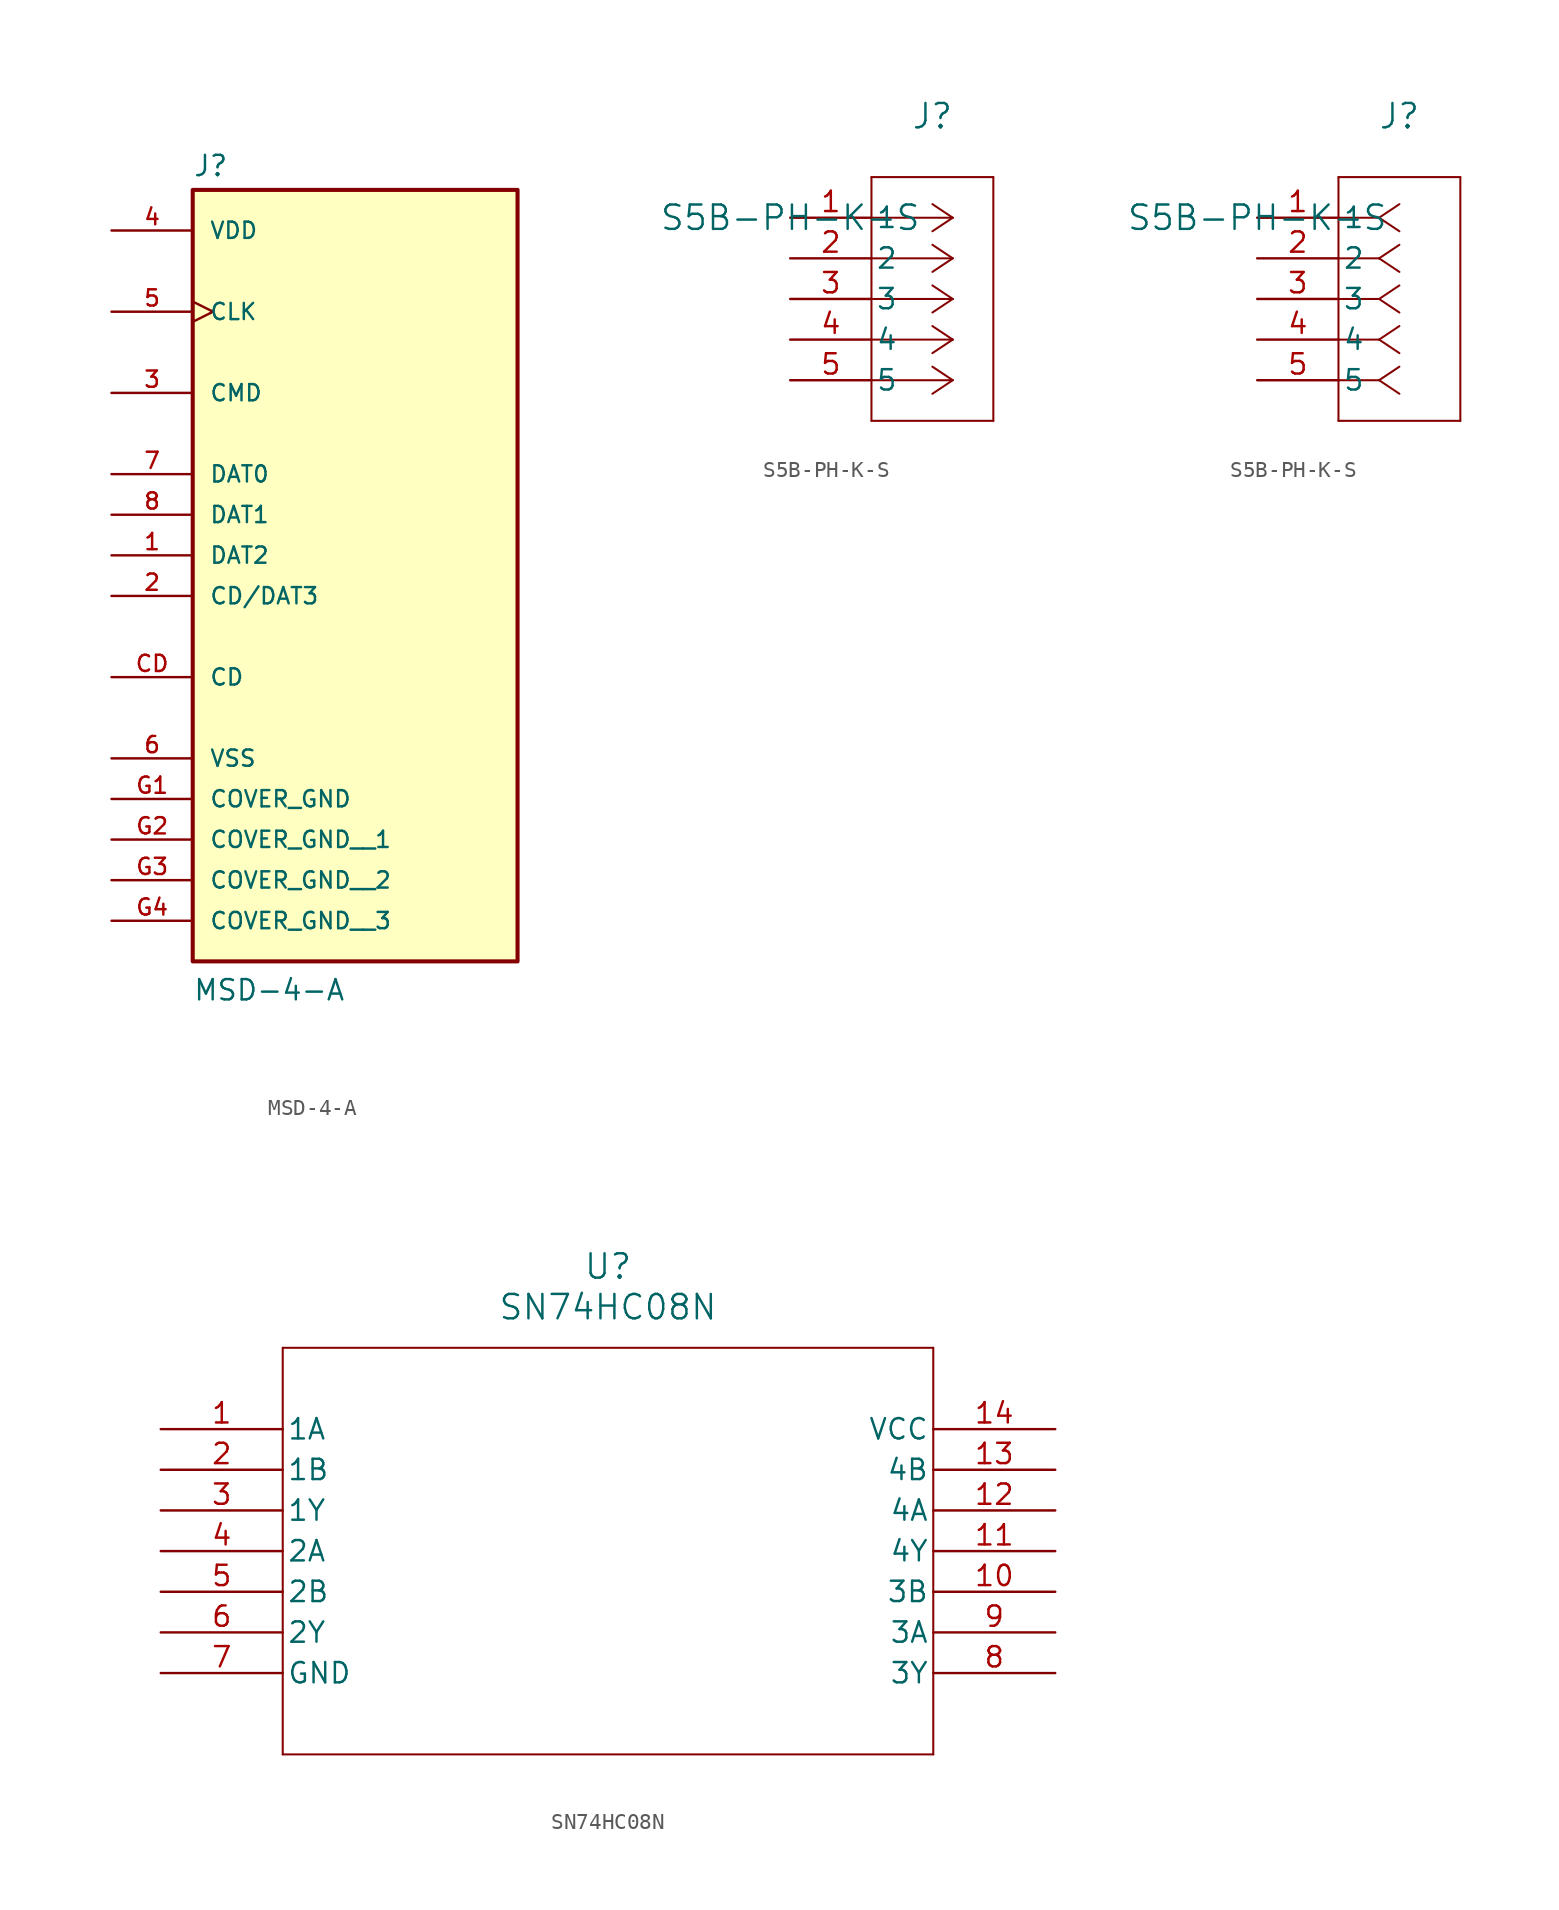
<source format=kicad_sym>
(kicad_symbol_lib
  (version 20231120)
  (generator "kicad_symbol_editor")
  (generator_version "8.0")
  (symbol "MSD-4-A"
    (pin_names
      (offset 1.016))
    (property "Reference" "J"
      (at -10.16 21.082 0)
      (effects (font (size 1.27 1.27)) (justify left bottom)))
    (property "Value" "MSD-4-A"
      (at -10.16 -30.48 0)
      (effects (font (size 1.27 1.27)) (justify left bottom)))
    (symbol "MSD-4-A_0_0"
      (rectangle (start -10.16 -27.94) (end 10.16 20.32) (stroke (width 0.254) (type default)) (fill (type background)))
      (pin bidirectional line (at -15.24 -2.54 0) (length 5.08) (name "DAT2" (effects (font (size 1.016 1.016)))) (number "1" (effects (font (size 1.016 1.016)))))
      (pin bidirectional line (at -15.24 -5.08 0) (length 5.08) (name "CD/DAT3" (effects (font (size 1.016 1.016)))) (number "2" (effects (font (size 1.016 1.016)))))
      (pin bidirectional line (at -15.24 7.62 0) (length 5.08) (name "CMD" (effects (font (size 1.016 1.016)))) (number "3" (effects (font (size 1.016 1.016)))))
      (pin power_in line (at -15.24 17.78 0) (length 5.08) (name "VDD" (effects (font (size 1.016 1.016)))) (number "4" (effects (font (size 1.016 1.016)))))
      (pin input clock (at -15.24 12.7 0) (length 5.08) (name "CLK" (effects (font (size 1.016 1.016)))) (number "5" (effects (font (size 1.016 1.016)))))
      (pin power_in line (at -15.24 -15.24 0) (length 5.08) (name "VSS" (effects (font (size 1.016 1.016)))) (number "6" (effects (font (size 1.016 1.016)))))
      (pin bidirectional line (at -15.24 2.54 0) (length 5.08) (name "DAT0" (effects (font (size 1.016 1.016)))) (number "7" (effects (font (size 1.016 1.016)))))
      (pin bidirectional line (at -15.24 0 0) (length 5.08) (name "DAT1" (effects (font (size 1.016 1.016)))) (number "8" (effects (font (size 1.016 1.016)))))
      (pin passive line (at -15.24 -10.16 0) (length 5.08) (name "CD" (effects (font (size 1.016 1.016)))) (number "CD" (effects (font (size 1.016 1.016)))))
      (pin power_in line (at -15.24 -17.78 0) (length 5.08) (name "COVER_GND" (effects (font (size 1.016 1.016)))) (number "G1" (effects (font (size 1.016 1.016)))))
      (pin power_in line (at -15.24 -20.32 0) (length 5.08) (name "COVER_GND__1" (effects (font (size 1.016 1.016)))) (number "G2" (effects (font (size 1.016 1.016)))))
      (pin power_in line (at -15.24 -22.86 0) (length 5.08) (name "COVER_GND__2" (effects (font (size 1.016 1.016)))) (number "G3" (effects (font (size 1.016 1.016)))))
      (pin power_in line (at -15.24 -25.4 0) (length 5.08) (name "COVER_GND__3" (effects (font (size 1.016 1.016)))) (number "G4" (effects (font (size 1.016 1.016)))))))
  (symbol "S5B-PH-K-S"
    (pin_names
      (offset 0.254))
    (property "Reference" "J"
      (at 8.89 6.35 0)
      (effects (font (size 1.524 1.524))))
    (property "Value" "S5B-PH-K-S"
      (at 0 0 0)
      (effects (font (size 1.524 1.524))))
    (property "ki_locked" ""
      (at 0 0 0)
      (effects (font (size 1.27 1.27))))
    (symbol "S5B-PH-K-S_1_1"
      (polyline (pts (xy 5.08 -12.7) (xy 12.7 -12.7)) (stroke (width 0.127) (type default)) (fill (type none)))
      (polyline (pts (xy 5.08 2.54) (xy 5.08 -12.7)) (stroke (width 0.127) (type default)) (fill (type none)))
      (polyline (pts (xy 10.16 -10.16) (xy 5.08 -10.16)) (stroke (width 0.127) (type default)) (fill (type none)))
      (polyline (pts (xy 10.16 -10.16) (xy 8.89 -11.007)) (stroke (width 0.127) (type default)) (fill (type none)))
      (polyline (pts (xy 10.16 -10.16) (xy 8.89 -9.313)) (stroke (width 0.127) (type default)) (fill (type none)))
      (polyline (pts (xy 10.16 -7.62) (xy 5.08 -7.62)) (stroke (width 0.127) (type default)) (fill (type none)))
      (polyline (pts (xy 10.16 -7.62) (xy 8.89 -8.467)) (stroke (width 0.127) (type default)) (fill (type none)))
      (polyline (pts (xy 10.16 -7.62) (xy 8.89 -6.773)) (stroke (width 0.127) (type default)) (fill (type none)))
      (polyline (pts (xy 10.16 -5.08) (xy 5.08 -5.08)) (stroke (width 0.127) (type default)) (fill (type none)))
      (polyline (pts (xy 10.16 -5.08) (xy 8.89 -5.927)) (stroke (width 0.127) (type default)) (fill (type none)))
      (polyline (pts (xy 10.16 -5.08) (xy 8.89 -4.233)) (stroke (width 0.127) (type default)) (fill (type none)))
      (polyline (pts (xy 10.16 -2.54) (xy 5.08 -2.54)) (stroke (width 0.127) (type default)) (fill (type none)))
      (polyline (pts (xy 10.16 -2.54) (xy 8.89 -3.387)) (stroke (width 0.127) (type default)) (fill (type none)))
      (polyline (pts (xy 10.16 -2.54) (xy 8.89 -1.693)) (stroke (width 0.127) (type default)) (fill (type none)))
      (polyline (pts (xy 10.16 0) (xy 5.08 0)) (stroke (width 0.127) (type default)) (fill (type none)))
      (polyline (pts (xy 10.16 0) (xy 8.89 -0.847)) (stroke (width 0.127) (type default)) (fill (type none)))
      (polyline (pts (xy 10.16 0) (xy 8.89 0.847)) (stroke (width 0.127) (type default)) (fill (type none)))
      (polyline (pts (xy 12.7 -12.7) (xy 12.7 2.54)) (stroke (width 0.127) (type default)) (fill (type none)))
      (polyline (pts (xy 12.7 2.54) (xy 5.08 2.54)) (stroke (width 0.127) (type default)) (fill (type none)))
      (pin unspecified line (at 0 0 0) (length 5.08) (name "1" (effects (font (size 1.27 1.27)))) (number "1" (effects (font (size 1.27 1.27)))))
      (pin unspecified line (at 0 -2.54 0) (length 5.08) (name "2" (effects (font (size 1.27 1.27)))) (number "2" (effects (font (size 1.27 1.27)))))
      (pin unspecified line (at 0 -5.08 0) (length 5.08) (name "3" (effects (font (size 1.27 1.27)))) (number "3" (effects (font (size 1.27 1.27)))))
      (pin unspecified line (at 0 -7.62 0) (length 5.08) (name "4" (effects (font (size 1.27 1.27)))) (number "4" (effects (font (size 1.27 1.27)))))
      (pin unspecified line (at 0 -10.16 0) (length 5.08) (name "5" (effects (font (size 1.27 1.27)))) (number "5" (effects (font (size 1.27 1.27))))))
    (symbol "S5B-PH-K-S_1_2"
      (polyline (pts (xy 5.08 -12.7) (xy 12.7 -12.7)) (stroke (width 0.127) (type default)) (fill (type none)))
      (polyline (pts (xy 5.08 2.54) (xy 5.08 -12.7)) (stroke (width 0.127) (type default)) (fill (type none)))
      (polyline (pts (xy 7.62 -10.16) (xy 5.08 -10.16)) (stroke (width 0.127) (type default)) (fill (type none)))
      (polyline (pts (xy 7.62 -10.16) (xy 8.89 -11.007)) (stroke (width 0.127) (type default)) (fill (type none)))
      (polyline (pts (xy 7.62 -10.16) (xy 8.89 -9.313)) (stroke (width 0.127) (type default)) (fill (type none)))
      (polyline (pts (xy 7.62 -7.62) (xy 5.08 -7.62)) (stroke (width 0.127) (type default)) (fill (type none)))
      (polyline (pts (xy 7.62 -7.62) (xy 8.89 -8.467)) (stroke (width 0.127) (type default)) (fill (type none)))
      (polyline (pts (xy 7.62 -7.62) (xy 8.89 -6.773)) (stroke (width 0.127) (type default)) (fill (type none)))
      (polyline (pts (xy 7.62 -5.08) (xy 5.08 -5.08)) (stroke (width 0.127) (type default)) (fill (type none)))
      (polyline (pts (xy 7.62 -5.08) (xy 8.89 -5.927)) (stroke (width 0.127) (type default)) (fill (type none)))
      (polyline (pts (xy 7.62 -5.08) (xy 8.89 -4.233)) (stroke (width 0.127) (type default)) (fill (type none)))
      (polyline (pts (xy 7.62 -2.54) (xy 5.08 -2.54)) (stroke (width 0.127) (type default)) (fill (type none)))
      (polyline (pts (xy 7.62 -2.54) (xy 8.89 -3.387)) (stroke (width 0.127) (type default)) (fill (type none)))
      (polyline (pts (xy 7.62 -2.54) (xy 8.89 -1.693)) (stroke (width 0.127) (type default)) (fill (type none)))
      (polyline (pts (xy 7.62 0) (xy 5.08 0)) (stroke (width 0.127) (type default)) (fill (type none)))
      (polyline (pts (xy 7.62 0) (xy 8.89 -0.847)) (stroke (width 0.127) (type default)) (fill (type none)))
      (polyline (pts (xy 7.62 0) (xy 8.89 0.847)) (stroke (width 0.127) (type default)) (fill (type none)))
      (polyline (pts (xy 12.7 -12.7) (xy 12.7 2.54)) (stroke (width 0.127) (type default)) (fill (type none)))
      (polyline (pts (xy 12.7 2.54) (xy 5.08 2.54)) (stroke (width 0.127) (type default)) (fill (type none)))
      (pin unspecified line (at 0 0 0) (length 5.08) (name "1" (effects (font (size 1.27 1.27)))) (number "1" (effects (font (size 1.27 1.27)))))
      (pin unspecified line (at 0 -2.54 0) (length 5.08) (name "2" (effects (font (size 1.27 1.27)))) (number "2" (effects (font (size 1.27 1.27)))))
      (pin unspecified line (at 0 -5.08 0) (length 5.08) (name "3" (effects (font (size 1.27 1.27)))) (number "3" (effects (font (size 1.27 1.27)))))
      (pin unspecified line (at 0 -7.62 0) (length 5.08) (name "4" (effects (font (size 1.27 1.27)))) (number "4" (effects (font (size 1.27 1.27)))))
      (pin unspecified line (at 0 -10.16 0) (length 5.08) (name "5" (effects (font (size 1.27 1.27)))) (number "5" (effects (font (size 1.27 1.27)))))))
  (symbol "SN74HC08N"
    (pin_names
      (offset 0.254))
    (property "Reference" "U"
      (at 27.94 10.16 0)
      (effects (font (size 1.524 1.524))))
    (property "Value" "SN74HC08N"
      (at 27.94 7.62 0)
      (effects (font (size 1.524 1.524))))
    (property "ki_locked" ""
      (at 0 0 0)
      (effects (font (size 1.27 1.27))))
    (symbol "SN74HC08N_0_1"
      (polyline (pts (xy 7.62 -20.32) (xy 48.26 -20.32)) (stroke (width 0.127) (type default)) (fill (type none)))
      (polyline (pts (xy 7.62 5.08) (xy 7.62 -20.32)) (stroke (width 0.127) (type default)) (fill (type none)))
      (polyline (pts (xy 48.26 -20.32) (xy 48.26 5.08)) (stroke (width 0.127) (type default)) (fill (type none)))
      (polyline (pts (xy 48.26 5.08) (xy 7.62 5.08)) (stroke (width 0.127) (type default)) (fill (type none)))
      (pin input line (at 0 0 0) (length 7.62) (name "1A" (effects (font (size 1.27 1.27)))) (number "1" (effects (font (size 1.27 1.27)))))
      (pin input line (at 55.88 -10.16 180) (length 7.62) (name "3B" (effects (font (size 1.27 1.27)))) (number "10" (effects (font (size 1.27 1.27)))))
      (pin output line (at 55.88 -7.62 180) (length 7.62) (name "4Y" (effects (font (size 1.27 1.27)))) (number "11" (effects (font (size 1.27 1.27)))))
      (pin input line (at 55.88 -5.08 180) (length 7.62) (name "4A" (effects (font (size 1.27 1.27)))) (number "12" (effects (font (size 1.27 1.27)))))
      (pin input line (at 55.88 -2.54 180) (length 7.62) (name "4B" (effects (font (size 1.27 1.27)))) (number "13" (effects (font (size 1.27 1.27)))))
      (pin power_in line (at 55.88 0 180) (length 7.62) (name "VCC" (effects (font (size 1.27 1.27)))) (number "14" (effects (font (size 1.27 1.27)))))
      (pin input line (at 0 -2.54 0) (length 7.62) (name "1B" (effects (font (size 1.27 1.27)))) (number "2" (effects (font (size 1.27 1.27)))))
      (pin output line (at 0 -5.08 0) (length 7.62) (name "1Y" (effects (font (size 1.27 1.27)))) (number "3" (effects (font (size 1.27 1.27)))))
      (pin input line (at 0 -7.62 0) (length 7.62) (name "2A" (effects (font (size 1.27 1.27)))) (number "4" (effects (font (size 1.27 1.27)))))
      (pin input line (at 0 -10.16 0) (length 7.62) (name "2B" (effects (font (size 1.27 1.27)))) (number "5" (effects (font (size 1.27 1.27)))))
      (pin output line (at 0 -12.7 0) (length 7.62) (name "2Y" (effects (font (size 1.27 1.27)))) (number "6" (effects (font (size 1.27 1.27)))))
      (pin power_in line (at 0 -15.24 0) (length 7.62) (name "GND" (effects (font (size 1.27 1.27)))) (number "7" (effects (font (size 1.27 1.27)))))
      (pin output line (at 55.88 -15.24 180) (length 7.62) (name "3Y" (effects (font (size 1.27 1.27)))) (number "8" (effects (font (size 1.27 1.27)))))
      (pin input line (at 55.88 -12.7 180) (length 7.62) (name "3A" (effects (font (size 1.27 1.27)))) (number "9" (effects (font (size 1.27 1.27))))))))
</source>
